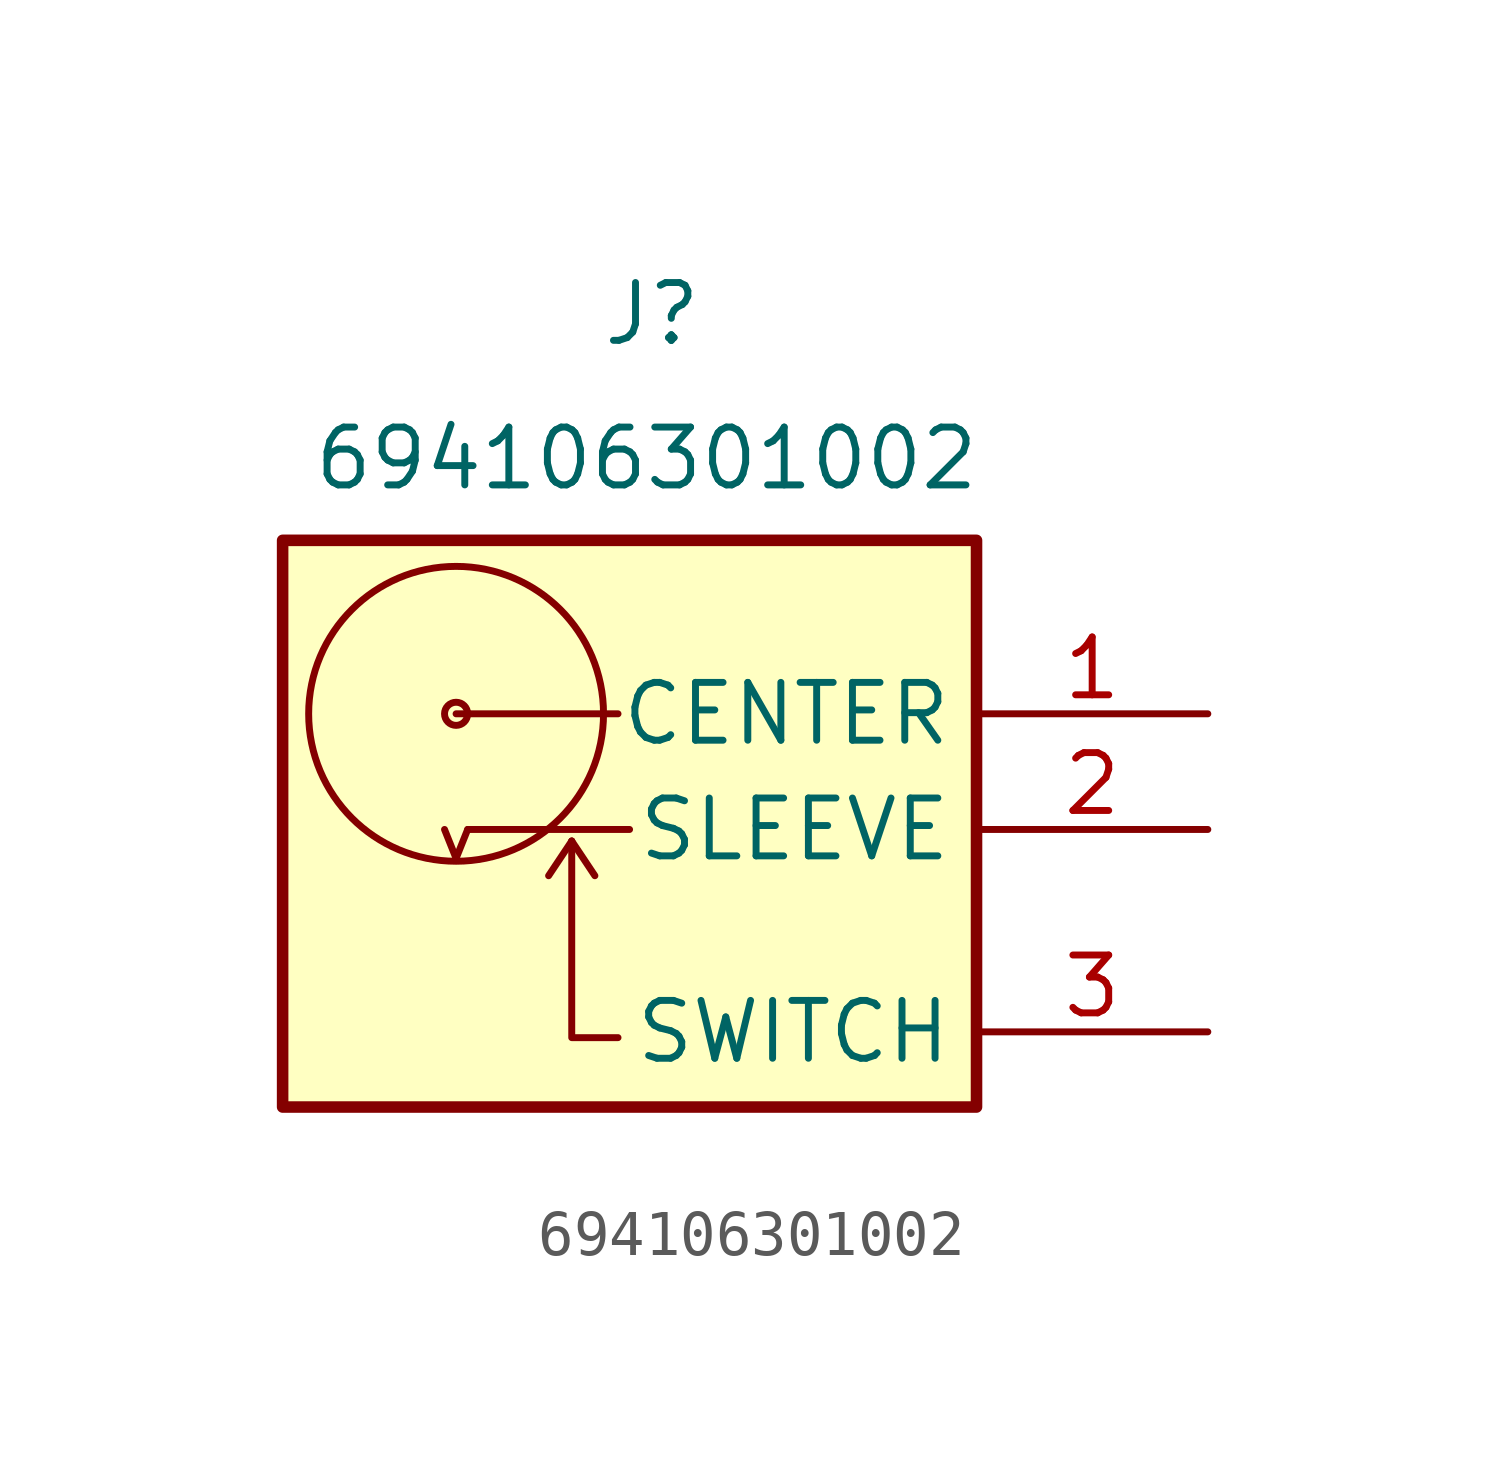
<source format=kicad_sym>
(kicad_symbol_lib
  (version 20220914)
  (generator kicad_symbol_editor)
  (symbol "694106301002"
    (property "Reference" "J"
      (at -1.27 12.065 0)
      (effects (font (size 1.27 1.27)) (justify left top)))
    (property "Value" "694106301002"
      (at -7.62 8.89 0)
      (effects (font (size 1.27 1.27)) (justify left top)))
    (symbol "694106301002_0_1"
      (circle (center -4.445 2.54) (radius 0.254) (stroke (width 0) (type default)) (fill (type none)))
      (circle (center -4.445 2.54) (radius 3.238) (stroke (width 0) (type default)) (fill (type none)))
      (polyline (pts (xy -4.445 -0.635) (xy -4.699 0)) (stroke (width 0) (type default)) (fill (type none)))
      (polyline (pts (xy -4.445 -0.635) (xy -4.191 0)) (stroke (width 0) (type default)) (fill (type none)))
      (polyline (pts (xy -4.445 2.54) (xy -0.889 2.54)) (stroke (width 0) (type default)) (fill (type none)))
      (polyline (pts (xy -4.191 0) (xy -0.635 0)) (stroke (width 0) (type default)) (fill (type none)))
      (polyline (pts (xy -1.905 -0.254) (xy -2.413 -1.016)) (stroke (width 0) (type default)) (fill (type none)))
      (polyline (pts (xy -1.905 -0.254) (xy -1.397 -1.016)) (stroke (width 0) (type default)) (fill (type none)))
      (polyline (pts (xy -1.905 -0.254) (xy -1.905 -4.572) (xy -0.889 -4.572) (xy -0.889 -4.572)) (stroke (width 0) (type default)) (fill (type none))))
    (symbol "694106301002_1_1"
      (rectangle (start -8.255 6.35) (end 6.985 -6.096) (stroke (width 0.254) (type default)) (fill (type background)))
      (pin passive line (at 12.065 2.54 180) (length 5.08) (name "CENTER" (effects (font (size 1.27 1.27)))) (number "1" (effects (font (size 1.27 1.27)))))
      (pin passive line (at 12.065 0 180) (length 5.08) (name "SLEEVE" (effects (font (size 1.27 1.27)))) (number "2" (effects (font (size 1.27 1.27)))))
      (pin passive line (at 12.065 -4.445 180) (length 5.08) (name "SWITCH" (effects (font (size 1.27 1.27)))) (number "3" (effects (font (size 1.27 1.27))))))))
</source>
